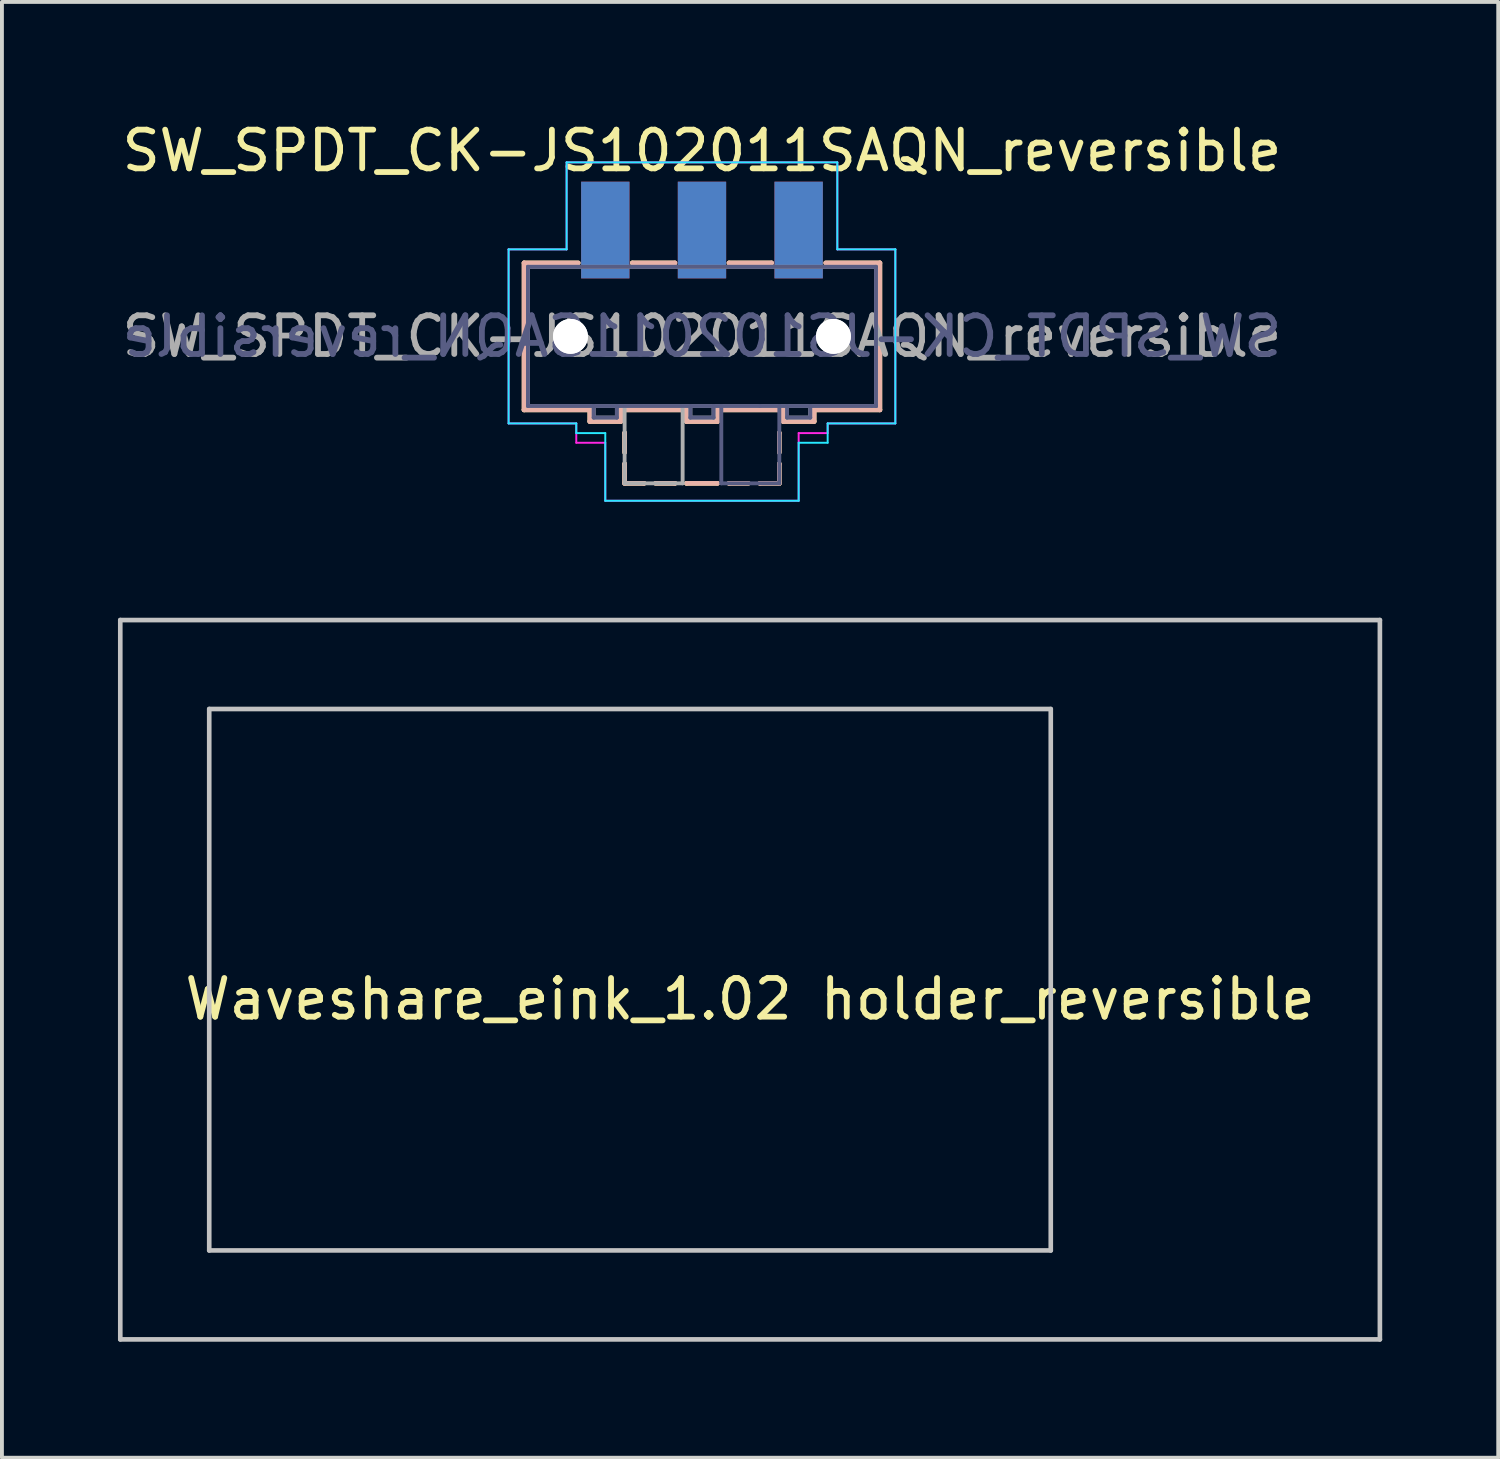
<source format=kicad_pcb>
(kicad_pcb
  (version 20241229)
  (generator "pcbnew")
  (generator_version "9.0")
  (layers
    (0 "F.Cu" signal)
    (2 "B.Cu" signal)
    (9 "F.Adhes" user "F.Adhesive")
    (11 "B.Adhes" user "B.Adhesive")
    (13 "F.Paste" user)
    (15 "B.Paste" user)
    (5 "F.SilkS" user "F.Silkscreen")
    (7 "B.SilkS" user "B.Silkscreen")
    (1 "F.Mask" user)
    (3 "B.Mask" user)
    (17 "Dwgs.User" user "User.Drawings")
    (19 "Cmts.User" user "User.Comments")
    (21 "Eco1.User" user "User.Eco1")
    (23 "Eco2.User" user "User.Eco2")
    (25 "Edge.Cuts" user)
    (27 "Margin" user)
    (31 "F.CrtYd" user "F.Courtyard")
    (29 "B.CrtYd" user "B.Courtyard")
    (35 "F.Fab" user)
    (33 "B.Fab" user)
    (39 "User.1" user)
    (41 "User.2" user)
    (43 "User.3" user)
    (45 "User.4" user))
  (footprint "Waveshare_eink_1.02 holder_reversible"
    (layer "F.Cu")
    (at 16.345 22.283)
    (property "Reference" "Waveshare_eink_1.02 holder_reversible" (at 0 0.5 0) (layer "F.SilkS") (effects (font (size 1 1) (thickness 0.15))))
    (attr through_hole)
    (fp_line (start -16.285 -9.3) (end 16.285 -9.3) (stroke (width 0.12) (type solid)) (layer "Dwgs.User"))
    (fp_line (start -16.285 9.3) (end -16.285 -9.3) (stroke (width 0.12) (type solid)) (layer "Dwgs.User"))
    (fp_line (start -13.985 -7) (end 7.775 -7) (stroke (width 0.12) (type solid)) (layer "Dwgs.User"))
    (fp_line (start -13.985 7) (end -13.985 -7) (stroke (width 0.12) (type solid)) (layer "Dwgs.User"))
    (fp_line (start 7.775 -7) (end 7.775 7) (stroke (width 0.12) (type solid)) (layer "Dwgs.User"))
    (fp_line (start 7.775 7) (end -13.985 7) (stroke (width 0.12) (type solid)) (layer "Dwgs.User"))
    (fp_line (start 16.285 -9.3) (end 16.285 9.3) (stroke (width 0.12) (type solid)) (layer "Dwgs.User"))
    (fp_line (start 16.285 9.3) (end -16.285 9.3) (stroke (width 0.12) (type solid)) (layer "Dwgs.User")))
  (footprint "SW_SPDT_CK-JS102011SAQN_reversible"
    (layer "F.Cu")
    (at 15.101 5.648)
    (property "Reference" "SW_SPDT_CK-JS102011SAQN_reversible" (at 0 -4.8 0) (layer "F.SilkS") (effects (font (size 1 1) (thickness 0.15))))
    (attr smd)
    (fp_line (start -4.6 -1.9) (end -3.2 -1.9) (stroke (width 0.12) (type solid)) (layer "F.SilkS"))
    (fp_line (start -4.6 1.9) (end -4.6 -1.9) (stroke (width 0.12) (type solid)) (layer "F.SilkS"))
    (fp_line (start -4.6 1.9) (end -4.6 1.9) (stroke (width 0.12) (type solid)) (layer "F.SilkS"))
    (fp_line (start -2.9 1.9) (end -4.6 1.9) (stroke (width 0.12) (type solid)) (layer "F.SilkS"))
    (fp_line (start -2.9 2.2) (end -2.9 1.9) (stroke (width 0.12) (type solid)) (layer "F.SilkS"))
    (fp_line (start -2.1 1.9) (end -2.1 2.2) (stroke (width 0.12) (type solid)) (layer "F.SilkS"))
    (fp_line (start -2.1 2.2) (end -2.9 2.2) (stroke (width 0.12) (type solid)) (layer "F.SilkS"))
    (fp_line (start -2 2.5) (end -2 2.5) (stroke (width 0.12) (type solid)) (layer "F.SilkS"))
    (fp_line (start -2 3) (end -2 2.5) (stroke (width 0.12) (type solid)) (layer "F.SilkS"))
    (fp_line (start -2 3.3) (end -2 3.3) (stroke (width 0.12) (type solid)) (layer "F.SilkS"))
    (fp_line (start -2 3.8) (end -2 3.3) (stroke (width 0.12) (type solid)) (layer "F.SilkS"))
    (fp_line (start -2 3.8) (end -1.5 3.8) (stroke (width 0.12) (type solid)) (layer "F.SilkS"))
    (fp_line (start -1.8 -1.9) (end -1.8 -1.9) (stroke (width 0.12) (type solid)) (layer "F.SilkS"))
    (fp_line (start -1.5 3.8) (end -1.5 3.8) (stroke (width 0.12) (type solid)) (layer "F.SilkS"))
    (fp_line (start -1.2 3.8) (end -0.7 3.8) (stroke (width 0.12) (type solid)) (layer "F.SilkS"))
    (fp_line (start -0.7 -1.9) (end -1.8 -1.9) (stroke (width 0.12) (type solid)) (layer "F.SilkS"))
    (fp_line (start -0.7 3.8) (end -0.7 3.8) (stroke (width 0.12) (type solid)) (layer "F.SilkS"))
    (fp_line (start -0.4 1.9) (end -2.1 1.9) (stroke (width 0.12) (type solid)) (layer "F.SilkS"))
    (fp_line (start -0.4 2.2) (end -0.4 1.9) (stroke (width 0.12) (type solid)) (layer "F.SilkS"))
    (fp_line (start -0.4 3.8) (end -0.4 3.8) (stroke (width 0.12) (type solid)) (layer "F.SilkS"))
    (fp_line (start 0.4 1.9) (end 0.4 2.2) (stroke (width 0.12) (type solid)) (layer "F.SilkS"))
    (fp_line (start 0.4 2.2) (end -0.4 2.2) (stroke (width 0.12) (type solid)) (layer "F.SilkS"))
    (fp_line (start 0.4 3.8) (end -0.4 3.8) (stroke (width 0.12) (type solid)) (layer "F.SilkS"))
    (fp_line (start 0.7 -1.9) (end 0.7 -1.9) (stroke (width 0.12) (type solid)) (layer "F.SilkS"))
    (fp_line (start 0.7 3.8) (end 0.7 3.8) (stroke (width 0.12) (type solid)) (layer "F.SilkS"))
    (fp_line (start 1.2 3.8) (end 0.7 3.8) (stroke (width 0.12) (type solid)) (layer "F.SilkS"))
    (fp_line (start 1.5 3.8) (end 1.5 3.8) (stroke (width 0.12) (type solid)) (layer "F.SilkS"))
    (fp_line (start 1.8 -1.9) (end 0.7 -1.9) (stroke (width 0.12) (type solid)) (layer "F.SilkS"))
    (fp_line (start 2 2.5) (end 2 2.5) (stroke (width 0.12) (type solid)) (layer "F.SilkS"))
    (fp_line (start 2 3) (end 2 2.5) (stroke (width 0.12) (type solid)) (layer "F.SilkS"))
    (fp_line (start 2 3.3) (end 2 3.3) (stroke (width 0.12) (type solid)) (layer "F.SilkS"))
    (fp_line (start 2 3.8) (end 1.5 3.8) (stroke (width 0.12) (type solid)) (layer "F.SilkS"))
    (fp_line (start 2 3.8) (end 2 3.3) (stroke (width 0.12) (type solid)) (layer "F.SilkS"))
    (fp_line (start 2.1 1.9) (end 0.4 1.9) (stroke (width 0.12) (type solid)) (layer "F.SilkS"))
    (fp_line (start 2.1 2.2) (end 2.1 1.9) (stroke (width 0.12) (type solid)) (layer "F.SilkS"))
    (fp_line (start 2.9 1.9) (end 2.9 2.2) (stroke (width 0.12) (type solid)) (layer "F.SilkS"))
    (fp_line (start 2.9 2.2) (end 2.1 2.2) (stroke (width 0.12) (type solid)) (layer "F.SilkS"))
    (fp_line (start 3.2 -1.9) (end 4.6 -1.9) (stroke (width 0.12) (type solid)) (layer "F.SilkS"))
    (fp_line (start 4.6 -1.9) (end 4.6 1.9) (stroke (width 0.12) (type solid)) (layer "F.SilkS"))
    (fp_line (start 4.6 1.9) (end 2.9 1.9) (stroke (width 0.12) (type solid)) (layer "F.SilkS"))
    (fp_line (start -4.6 -1.9) (end -4.6 1.9) (stroke (width 0.12) (type solid)) (layer "B.SilkS"))
    (fp_line (start -4.6 1.9) (end -2.9 1.9) (stroke (width 0.12) (type solid)) (layer "B.SilkS"))
    (fp_line (start -3.2 -1.9) (end -4.6 -1.9) (stroke (width 0.12) (type solid)) (layer "B.SilkS"))
    (fp_line (start -2.9 1.9) (end -2.9 2.2) (stroke (width 0.12) (type solid)) (layer "B.SilkS"))
    (fp_line (start -2.9 2.2) (end -2.1 2.2) (stroke (width 0.12) (type solid)) (layer "B.SilkS"))
    (fp_line (start -2.1 1.9) (end -0.4 1.9) (stroke (width 0.12) (type solid)) (layer "B.SilkS"))
    (fp_line (start -2.1 2.2) (end -2.1 1.9) (stroke (width 0.12) (type solid)) (layer "B.SilkS"))
    (fp_line (start -2 2.5) (end -2 2.5) (stroke (width 0.12) (type solid)) (layer "B.SilkS"))
    (fp_line (start -2 3) (end -2 2.5) (stroke (width 0.12) (type solid)) (layer "B.SilkS"))
    (fp_line (start -2 3.3) (end -2 3.3) (stroke (width 0.12) (type solid)) (layer "B.SilkS"))
    (fp_line (start -2 3.8) (end -2 3.3) (stroke (width 0.12) (type solid)) (layer "B.SilkS"))
    (fp_line (start -2 3.8) (end -1.5 3.8) (stroke (width 0.12) (type solid)) (layer "B.SilkS"))
    (fp_line (start -1.8 -1.9) (end -0.7 -1.9) (stroke (width 0.12) (type solid)) (layer "B.SilkS"))
    (fp_line (start -1.5 3.8) (end -1.5 3.8) (stroke (width 0.12) (type solid)) (layer "B.SilkS"))
    (fp_line (start -1.2 3.8) (end -0.7 3.8) (stroke (width 0.12) (type solid)) (layer "B.SilkS"))
    (fp_line (start -0.7 -1.9) (end -0.7 -1.9) (stroke (width 0.12) (type solid)) (layer "B.SilkS"))
    (fp_line (start -0.7 3.8) (end -0.7 3.8) (stroke (width 0.12) (type solid)) (layer "B.SilkS"))
    (fp_line (start -0.4 1.9) (end -0.4 2.2) (stroke (width 0.12) (type solid)) (layer "B.SilkS"))
    (fp_line (start -0.4 2.2) (end 0.4 2.2) (stroke (width 0.12) (type solid)) (layer "B.SilkS"))
    (fp_line (start -0.4 3.8) (end 0.4 3.8) (stroke (width 0.12) (type solid)) (layer "B.SilkS"))
    (fp_line (start 0.4 1.9) (end 2.1 1.9) (stroke (width 0.12) (type solid)) (layer "B.SilkS"))
    (fp_line (start 0.4 2.2) (end 0.4 1.9) (stroke (width 0.12) (type solid)) (layer "B.SilkS"))
    (fp_line (start 0.4 3.8) (end 0.4 3.8) (stroke (width 0.12) (type solid)) (layer "B.SilkS"))
    (fp_line (start 0.7 -1.9) (end 1.8 -1.9) (stroke (width 0.12) (type solid)) (layer "B.SilkS"))
    (fp_line (start 0.7 3.8) (end 0.7 3.8) (stroke (width 0.12) (type solid)) (layer "B.SilkS"))
    (fp_line (start 1.2 3.8) (end 0.7 3.8) (stroke (width 0.12) (type solid)) (layer "B.SilkS"))
    (fp_line (start 1.5 3.8) (end 1.5 3.8) (stroke (width 0.12) (type solid)) (layer "B.SilkS"))
    (fp_line (start 1.8 -1.9) (end 1.8 -1.9) (stroke (width 0.12) (type solid)) (layer "B.SilkS"))
    (fp_line (start 2 2.5) (end 2 2.5) (stroke (width 0.12) (type solid)) (layer "B.SilkS"))
    (fp_line (start 2 3) (end 2 2.5) (stroke (width 0.12) (type solid)) (layer "B.SilkS"))
    (fp_line (start 2 3.3) (end 2 3.3) (stroke (width 0.12) (type solid)) (layer "B.SilkS"))
    (fp_line (start 2 3.8) (end 1.5 3.8) (stroke (width 0.12) (type solid)) (layer "B.SilkS"))
    (fp_line (start 2 3.8) (end 2 3.3) (stroke (width 0.12) (type solid)) (layer "B.SilkS"))
    (fp_line (start 2.1 1.9) (end 2.1 2.2) (stroke (width 0.12) (type solid)) (layer "B.SilkS"))
    (fp_line (start 2.1 2.2) (end 2.9 2.2) (stroke (width 0.12) (type solid)) (layer "B.SilkS"))
    (fp_line (start 2.9 1.9) (end 4.6 1.9) (stroke (width 0.12) (type solid)) (layer "B.SilkS"))
    (fp_line (start 2.9 2.2) (end 2.9 1.9) (stroke (width 0.12) (type solid)) (layer "B.SilkS"))
    (fp_line (start 4.6 -1.9) (end 3.2 -1.9) (stroke (width 0.12) (type solid)) (layer "B.SilkS"))
    (fp_line (start 4.6 1.9) (end 4.6 -1.9) (stroke (width 0.12) (type solid)) (layer "B.SilkS"))
    (fp_line (start 4.6 1.9) (end 4.6 1.9) (stroke (width 0.12) (type solid)) (layer "B.SilkS"))
    (fp_line (start -5 -2.25) (end -3.5 -2.25) (stroke (width 0.05) (type solid)) (layer "B.CrtYd"))
    (fp_line (start -5 2.25) (end -5 -2.25) (stroke (width 0.05) (type solid)) (layer "B.CrtYd"))
    (fp_line (start -3.5 -4.5) (end 3.5 -4.5) (stroke (width 0.05) (type solid)) (layer "B.CrtYd"))
    (fp_line (start -3.5 -2.25) (end -3.5 -4.5) (stroke (width 0.05) (type solid)) (layer "B.CrtYd"))
    (fp_line (start -3.25 2.25) (end -5 2.25) (stroke (width 0.05) (type solid)) (layer "B.CrtYd"))
    (fp_line (start -3.25 2.5) (end -3.25 2.25) (stroke (width 0.05) (type solid)) (layer "B.CrtYd"))
    (fp_line (start -2.5 2.5) (end -3.25 2.5) (stroke (width 0.05) (type solid)) (layer "B.CrtYd"))
    (fp_line (start -2.5 4.25) (end -2.5 2.5) (stroke (width 0.05) (type solid)) (layer "B.CrtYd"))
    (fp_line (start 2.5 2.75) (end 2.5 4.25) (stroke (width 0.05) (type solid)) (layer "B.CrtYd"))
    (fp_line (start 2.5 4.25) (end -2.5 4.25) (stroke (width 0.05) (type solid)) (layer "B.CrtYd"))
    (fp_line (start 3.25 2.25) (end 3.25 2.75) (stroke (width 0.05) (type solid)) (layer "B.CrtYd"))
    (fp_line (start 3.25 2.75) (end 2.5 2.75) (stroke (width 0.05) (type solid)) (layer "B.CrtYd"))
    (fp_line (start 3.5 -4.5) (end 3.5 -2.25) (stroke (width 0.05) (type solid)) (layer "B.CrtYd"))
    (fp_line (start 3.5 -2.25) (end 5 -2.25) (stroke (width 0.05) (type solid)) (layer "B.CrtYd"))
    (fp_line (start 5 -2.25) (end 5 -2.25) (stroke (width 0.05) (type solid)) (layer "B.CrtYd"))
    (fp_line (start 5 -2.25) (end 5 2.25) (stroke (width 0.05) (type solid)) (layer "B.CrtYd"))
    (fp_line (start 5 2.25) (end 3.25 2.25) (stroke (width 0.05) (type solid)) (layer "B.CrtYd"))
    (fp_line (start -5 -2.25) (end -5 -2.25) (stroke (width 0.05) (type solid)) (layer "F.CrtYd"))
    (fp_line (start -5 -2.25) (end -5 2.25) (stroke (width 0.05) (type solid)) (layer "F.CrtYd"))
    (fp_line (start -5 2.25) (end -3.25 2.25) (stroke (width 0.05) (type solid)) (layer "F.CrtYd"))
    (fp_line (start -3.5 -4.5) (end -3.5 -2.25) (stroke (width 0.05) (type solid)) (layer "F.CrtYd"))
    (fp_line (start -3.5 -2.25) (end -5 -2.25) (stroke (width 0.05) (type solid)) (layer "F.CrtYd"))
    (fp_line (start -3.25 2.25) (end -3.25 2.75) (stroke (width 0.05) (type solid)) (layer "F.CrtYd"))
    (fp_line (start -3.25 2.75) (end -2.5 2.75) (stroke (width 0.05) (type solid)) (layer "F.CrtYd"))
    (fp_line (start -2.5 2.75) (end -2.5 4.25) (stroke (width 0.05) (type solid)) (layer "F.CrtYd"))
    (fp_line (start -2.5 4.25) (end 2.5 4.25) (stroke (width 0.05) (type solid)) (layer "F.CrtYd"))
    (fp_line (start 2.5 2.5) (end 3.25 2.5) (stroke (width 0.05) (type solid)) (layer "F.CrtYd"))
    (fp_line (start 2.5 4.25) (end 2.5 2.5) (stroke (width 0.05) (type solid)) (layer "F.CrtYd"))
    (fp_line (start 3.25 2.25) (end 5 2.25) (stroke (width 0.05) (type solid)) (layer "F.CrtYd"))
    (fp_line (start 3.25 2.5) (end 3.25 2.25) (stroke (width 0.05) (type solid)) (layer "F.CrtYd"))
    (fp_line (start 3.5 -4.5) (end -3.5 -4.5) (stroke (width 0.05) (type solid)) (layer "F.CrtYd"))
    (fp_line (start 3.5 -2.25) (end 3.5 -4.5) (stroke (width 0.05) (type solid)) (layer "F.CrtYd"))
    (fp_line (start 5 -2.25) (end 3.5 -2.25) (stroke (width 0.05) (type solid)) (layer "F.CrtYd"))
    (fp_line (start 5 2.25) (end 5 -2.25) (stroke (width 0.05) (type solid)) (layer "F.CrtYd"))
    (fp_line (start -4.5 -1.8) (end -4.5 1.8) (stroke (width 0.1) (type solid)) (layer "B.Fab"))
    (fp_line (start -4.5 1.8) (end 4.4 1.8) (stroke (width 0.1) (type solid)) (layer "B.Fab"))
    (fp_line (start -2.8 1.8) (end -2.8 1.8) (stroke (width 0.1) (type solid)) (layer "B.Fab"))
    (fp_line (start -2.8 2.1) (end -2.8 1.8) (stroke (width 0.1) (type solid)) (layer "B.Fab"))
    (fp_line (start -2.2 1.8) (end -2.2 2.1) (stroke (width 0.1) (type solid)) (layer "B.Fab"))
    (fp_line (start -2.2 2.1) (end -2.8 2.1) (stroke (width 0.1) (type solid)) (layer "B.Fab"))
    (fp_line (start -0.3 1.8) (end -0.3 2.1) (stroke (width 0.1) (type solid)) (layer "B.Fab"))
    (fp_line (start -0.3 2.1) (end 0.3 2.1) (stroke (width 0.1) (type solid)) (layer "B.Fab"))
    (fp_line (start 0.3 1.8) (end 0.3 1.8) (stroke (width 0.1) (type solid)) (layer "B.Fab"))
    (fp_line (start 0.3 2.1) (end 0.3 1.8) (stroke (width 0.1) (type solid)) (layer "B.Fab"))
    (fp_line (start 0.5 1.8) (end 0.5 3.8) (stroke (width 0.1) (type solid)) (layer "B.Fab"))
    (fp_line (start 0.5 3.8) (end 2 3.8) (stroke (width 0.1) (type solid)) (layer "B.Fab"))
    (fp_line (start 1.5 1.8) (end 1.5 1.8) (stroke (width 0.1) (type solid)) (layer "B.Fab"))
    (fp_line (start 2 1.8) (end 2 1.8) (stroke (width 0.1) (type solid)) (layer "B.Fab"))
    (fp_line (start 2 3.8) (end 2 1.8) (stroke (width 0.1) (type solid)) (layer "B.Fab"))
    (fp_line (start 2.2 1.8) (end 2.2 2.1) (stroke (width 0.1) (type solid)) (layer "B.Fab"))
    (fp_line (start 2.2 2.1) (end 2.8 2.1) (stroke (width 0.1) (type solid)) (layer "B.Fab"))
    (fp_line (start 2.8 1.8) (end 2.8 1.8) (stroke (width 0.1) (type solid)) (layer "B.Fab"))
    (fp_line (start 2.8 2.1) (end 2.8 1.8) (stroke (width 0.1) (type solid)) (layer "B.Fab"))
    (fp_line (start 4.4 1.8) (end 4.5 1.8) (stroke (width 0.1) (type solid)) (layer "B.Fab"))
    (fp_line (start 4.5 -1.8) (end -4.5 -1.8) (stroke (width 0.1) (type solid)) (layer "B.Fab"))
    (fp_line (start 4.5 -1.8) (end 4.5 1.8) (stroke (width 0.1) (type solid)) (layer "B.Fab"))
    (fp_line (start 4.5 1.8) (end 4.5 1.8) (stroke (width 0.1) (type solid)) (layer "B.Fab"))
    (fp_line (start 4.5 1.8) (end 4.5 1.8) (stroke (width 0.1) (type solid)) (layer "B.Fab"))
    (fp_line (start -4.5 -1.8) (end -4.5 1.8) (stroke (width 0.1) (type solid)) (layer "F.Fab"))
    (fp_line (start -4.5 -1.8) (end 4.5 -1.8) (stroke (width 0.1) (type solid)) (layer "F.Fab"))
    (fp_line (start -4.5 1.8) (end -4.5 1.8) (stroke (width 0.1) (type solid)) (layer "F.Fab"))
    (fp_line (start -4.5 1.8) (end -4.5 1.8) (stroke (width 0.1) (type solid)) (layer "F.Fab"))
    (fp_line (start -4.4 1.8) (end -4.5 1.8) (stroke (width 0.1) (type solid)) (layer "F.Fab"))
    (fp_line (start -2.8 1.8) (end -2.8 1.8) (stroke (width 0.1) (type solid)) (layer "F.Fab"))
    (fp_line (start -2.8 2.1) (end -2.8 1.8) (stroke (width 0.1) (type solid)) (layer "F.Fab"))
    (fp_line (start -2.2 1.8) (end -2.2 2.1) (stroke (width 0.1) (type solid)) (layer "F.Fab"))
    (fp_line (start -2.2 2.1) (end -2.8 2.1) (stroke (width 0.1) (type solid)) (layer "F.Fab"))
    (fp_line (start -2 1.8) (end -2 1.8) (stroke (width 0.1) (type solid)) (layer "F.Fab"))
    (fp_line (start -2 3.8) (end -2 1.8) (stroke (width 0.1) (type solid)) (layer "F.Fab"))
    (fp_line (start -1.5 1.8) (end -1.5 1.8) (stroke (width 0.1) (type solid)) (layer "F.Fab"))
    (fp_line (start -0.5 1.8) (end -0.5 3.8) (stroke (width 0.1) (type solid)) (layer "F.Fab"))
    (fp_line (start -0.5 3.8) (end -2 3.8) (stroke (width 0.1) (type solid)) (layer "F.Fab"))
    (fp_line (start -0.3 1.8) (end -0.3 1.8) (stroke (width 0.1) (type solid)) (layer "F.Fab"))
    (fp_line (start -0.3 2.1) (end -0.3 1.8) (stroke (width 0.1) (type solid)) (layer "F.Fab"))
    (fp_line (start 0.3 1.8) (end 0.3 2.1) (stroke (width 0.1) (type solid)) (layer "F.Fab"))
    (fp_line (start 0.3 2.1) (end -0.3 2.1) (stroke (width 0.1) (type solid)) (layer "F.Fab"))
    (fp_line (start 2.2 1.8) (end 2.2 2.1) (stroke (width 0.1) (type solid)) (layer "F.Fab"))
    (fp_line (start 2.2 2.1) (end 2.8 2.1) (stroke (width 0.1) (type solid)) (layer "F.Fab"))
    (fp_line (start 2.8 1.8) (end 2.8 1.8) (stroke (width 0.1) (type solid)) (layer "F.Fab"))
    (fp_line (start 2.8 2.1) (end 2.8 1.8) (stroke (width 0.1) (type solid)) (layer "F.Fab"))
    (fp_line (start 4.5 -1.8) (end 4.5 1.8) (stroke (width 0.1) (type solid)) (layer "F.Fab"))
    (fp_line (start 4.5 1.8) (end -4.4 1.8) (stroke (width 0.1) (type solid)) (layer "F.Fab"))
    (fp_text user "${REFERENCE}" (at 0 0 180) (layer "B.Fab") (effects (font (size 1 1) (thickness 0.15)) (justify mirror)))
    (fp_text user "${REFERENCE}" (at 0 0 0) (layer "F.Fab") (effects (font (size 1 1) (thickness 0.15))))
    (pad "" np_thru_hole circle (at -3.4 0 180) (size 0.9 0.9) (drill 0.9) (layers "*.Cu" "*.Mask"))
    (pad "" np_thru_hole circle (at -3.4 0) (size 0.9 0.9) (drill 0.9) (layers "*.Cu" "*.Mask"))
    (pad "" np_thru_hole circle (at 3.4 0 180) (size 0.9 0.9) (drill 0.9) (layers "*.Cu" "*.Mask"))
    (pad "" np_thru_hole circle (at 3.4 0) (size 0.9 0.9) (drill 0.9) (layers "*.Cu" "*.Mask"))
    (pad "1" smd rect (at -2.5 -2.75) (size 1.25 2.5) (layers "F.Cu" "F.Mask" "F.Paste"))
    (pad "1" smd rect (at 2.5 -2.75 180) (size 1.25 2.5) (layers "B.Cu" "B.Mask" "B.Paste"))
    (pad "2" smd rect (at 0 -2.75) (size 1.25 2.5) (layers "F.Cu" "F.Mask" "F.Paste"))
    (pad "2" smd rect (at 0 -2.75 180) (size 1.25 2.5) (layers "B.Cu" "B.Mask" "B.Paste"))
    (pad "3" smd rect (at -2.5 -2.75 180) (size 1.25 2.5) (layers "B.Cu" "B.Mask" "B.Paste"))
    (pad "3" smd rect (at 2.5 -2.75) (size 1.25 2.5) (layers "F.Cu" "F.Mask" "F.Paste")))
  (gr_rect
    (start -3 -3)
    (end 35.69 34.643)
    (stroke (width 0.1) (type default))
    (fill no)
    (layer "Edge.Cuts")))
</source>
